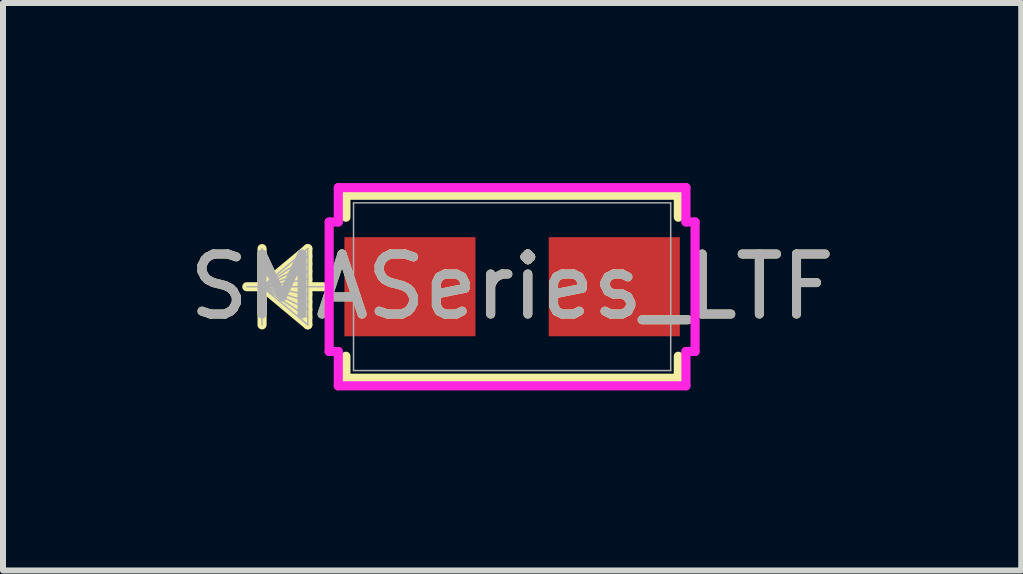
<source format=kicad_pcb>
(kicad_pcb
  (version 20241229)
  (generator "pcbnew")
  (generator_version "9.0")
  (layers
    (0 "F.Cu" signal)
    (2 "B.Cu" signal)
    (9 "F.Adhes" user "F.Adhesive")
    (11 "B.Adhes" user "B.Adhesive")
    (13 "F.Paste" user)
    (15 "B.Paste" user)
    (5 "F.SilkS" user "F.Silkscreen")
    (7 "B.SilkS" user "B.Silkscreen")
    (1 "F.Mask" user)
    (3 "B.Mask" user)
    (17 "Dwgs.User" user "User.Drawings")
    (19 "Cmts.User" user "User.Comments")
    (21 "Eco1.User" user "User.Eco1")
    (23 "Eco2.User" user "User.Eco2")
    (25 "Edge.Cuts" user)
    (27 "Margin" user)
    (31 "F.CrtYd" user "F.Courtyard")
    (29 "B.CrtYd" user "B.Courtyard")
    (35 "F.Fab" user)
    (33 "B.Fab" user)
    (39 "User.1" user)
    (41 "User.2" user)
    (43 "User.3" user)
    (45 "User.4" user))
  (footprint "SMASeries_LTF"
    (layer "F.Cu")
    (at 5.482 1.727)
    (property "Reference" "SMASeries_LTF" (at 0 0 0) (unlocked yes) (layer "F.SilkS") (effects (font (size 1 1) (thickness 0.15))))
    (attr smd)
    (fp_line (start -4.166 -0.635) (end -4.166 0.635) (stroke (width 0.152) (type solid)) (layer "F.SilkS"))
    (fp_line (start -4.166 0) (end -3.404 -0.635) (stroke (width 0.152) (type solid)) (layer "F.SilkS"))
    (fp_line (start -4.166 0) (end -3.404 -0.508) (stroke (width 0.152) (type solid)) (layer "F.SilkS"))
    (fp_line (start -4.166 0) (end -3.404 -0.381) (stroke (width 0.152) (type solid)) (layer "F.SilkS"))
    (fp_line (start -4.166 0) (end -3.404 -0.254) (stroke (width 0.152) (type solid)) (layer "F.SilkS"))
    (fp_line (start -4.166 0) (end -3.404 -0.127) (stroke (width 0.152) (type solid)) (layer "F.SilkS"))
    (fp_line (start -4.166 0) (end -3.404 0.127) (stroke (width 0.152) (type solid)) (layer "F.SilkS"))
    (fp_line (start -4.166 0) (end -3.404 0.254) (stroke (width 0.152) (type solid)) (layer "F.SilkS"))
    (fp_line (start -4.166 0) (end -3.404 0.381) (stroke (width 0.152) (type solid)) (layer "F.SilkS"))
    (fp_line (start -4.166 0) (end -3.404 0.508) (stroke (width 0.152) (type solid)) (layer "F.SilkS"))
    (fp_line (start -4.166 0) (end -3.404 0.635) (stroke (width 0.152) (type solid)) (layer "F.SilkS"))
    (fp_line (start -3.404 -0.635) (end -3.404 0.635) (stroke (width 0.152) (type solid)) (layer "F.SilkS"))
    (fp_line (start -3.15 0) (end -4.42 0) (stroke (width 0.152) (type solid)) (layer "F.SilkS"))
    (fp_line (start -2.769 -1.524) (end -2.769 -1.158) (stroke (width 0.152) (type solid)) (layer "F.SilkS"))
    (fp_line (start -2.769 1.158) (end -2.769 1.524) (stroke (width 0.152) (type solid)) (layer "F.SilkS"))
    (fp_line (start -2.769 1.524) (end 2.769 1.524) (stroke (width 0.152) (type solid)) (layer "F.SilkS"))
    (fp_line (start 2.769 -1.524) (end -2.769 -1.524) (stroke (width 0.152) (type solid)) (layer "F.SilkS"))
    (fp_line (start 2.769 -1.158) (end 2.769 -1.524) (stroke (width 0.152) (type solid)) (layer "F.SilkS"))
    (fp_line (start 2.769 1.524) (end 2.769 1.158) (stroke (width 0.152) (type solid)) (layer "F.SilkS"))
    (fp_line (start -3.048 -1.079) (end -2.896 -1.079) (stroke (width 0.152) (type solid)) (layer "F.CrtYd"))
    (fp_line (start -3.048 1.079) (end -3.048 -1.079) (stroke (width 0.152) (type solid)) (layer "F.CrtYd"))
    (fp_line (start -2.896 -1.651) (end 2.896 -1.651) (stroke (width 0.152) (type solid)) (layer "F.CrtYd"))
    (fp_line (start -2.896 -1.079) (end -2.896 -1.651) (stroke (width 0.152) (type solid)) (layer "F.CrtYd"))
    (fp_line (start -2.896 1.079) (end -3.048 1.079) (stroke (width 0.152) (type solid)) (layer "F.CrtYd"))
    (fp_line (start -2.896 1.651) (end -2.896 1.079) (stroke (width 0.152) (type solid)) (layer "F.CrtYd"))
    (fp_line (start 2.896 -1.651) (end 2.896 -1.079) (stroke (width 0.152) (type solid)) (layer "F.CrtYd"))
    (fp_line (start 2.896 -1.079) (end 3.048 -1.079) (stroke (width 0.152) (type solid)) (layer "F.CrtYd"))
    (fp_line (start 2.896 1.079) (end 2.896 1.651) (stroke (width 0.152) (type solid)) (layer "F.CrtYd"))
    (fp_line (start 2.896 1.651) (end -2.896 1.651) (stroke (width 0.152) (type solid)) (layer "F.CrtYd"))
    (fp_line (start 3.048 -1.079) (end 3.048 1.079) (stroke (width 0.152) (type solid)) (layer "F.CrtYd"))
    (fp_line (start 3.048 1.079) (end 2.896 1.079) (stroke (width 0.152) (type solid)) (layer "F.CrtYd"))
    (fp_line (start -4.166 -0.635) (end -4.166 0.635) (stroke (width 0.025) (type solid)) (layer "F.Fab"))
    (fp_line (start -4.166 0) (end -3.404 -0.635) (stroke (width 0.025) (type solid)) (layer "F.Fab"))
    (fp_line (start -4.166 0) (end -3.404 -0.508) (stroke (width 0.025) (type solid)) (layer "F.Fab"))
    (fp_line (start -4.166 0) (end -3.404 -0.381) (stroke (width 0.025) (type solid)) (layer "F.Fab"))
    (fp_line (start -4.166 0) (end -3.404 -0.254) (stroke (width 0.025) (type solid)) (layer "F.Fab"))
    (fp_line (start -4.166 0) (end -3.404 -0.127) (stroke (width 0.025) (type solid)) (layer "F.Fab"))
    (fp_line (start -4.166 0) (end -3.404 0.127) (stroke (width 0.025) (type solid)) (layer "F.Fab"))
    (fp_line (start -4.166 0) (end -3.404 0.254) (stroke (width 0.025) (type solid)) (layer "F.Fab"))
    (fp_line (start -4.166 0) (end -3.404 0.381) (stroke (width 0.025) (type solid)) (layer "F.Fab"))
    (fp_line (start -4.166 0) (end -3.404 0.508) (stroke (width 0.025) (type solid)) (layer "F.Fab"))
    (fp_line (start -4.166 0) (end -3.404 0.635) (stroke (width 0.025) (type solid)) (layer "F.Fab"))
    (fp_line (start -3.404 -0.635) (end -3.404 0.635) (stroke (width 0.025) (type solid)) (layer "F.Fab"))
    (fp_line (start -3.15 0) (end -4.42 0) (stroke (width 0.025) (type solid)) (layer "F.Fab"))
    (fp_line (start -2.642 -1.397) (end -2.642 1.397) (stroke (width 0.025) (type solid)) (layer "F.Fab"))
    (fp_line (start -2.642 1.397) (end 2.642 1.397) (stroke (width 0.025) (type solid)) (layer "F.Fab"))
    (fp_line (start 2.642 -1.397) (end -2.642 -1.397) (stroke (width 0.025) (type solid)) (layer "F.Fab"))
    (fp_line (start 2.642 1.397) (end 2.642 -1.397) (stroke (width 0.025) (type solid)) (layer "F.Fab"))
    (fp_text user "${REFERENCE}" (at 0 0 0) (unlocked yes) (layer "F.Fab") (effects (font (size 1 1) (thickness 0.15))))
    (pad "1" smd rect (at -1.702 0 90) (size 1.651 2.184) (layers "F.Cu" "F.Mask" "F.Paste"))
    (pad "2" smd rect (at 1.702 0 90) (size 1.651 2.184) (layers "F.Cu" "F.Mask" "F.Paste"))
    (zone (net_name "") (layer "F.Cu") (hatch full 0.508) (connect_pads) (min_thickness 0.254) (filled_areas_thickness no) (keepout (tracks not_allowed) (vias not_allowed) (pads allowed) (copperpour not_allowed) (footprints allowed)) (placement (enabled no)) (fill) (polygon (pts (xy 2.891 0.381) (xy 8.073 0.381) (xy 8.073 0.851) (xy 2.891 0.851))))
    (zone (net_name "") (layer "F.Cu") (hatch full 0.508) (connect_pads) (min_thickness 0.254) (filled_areas_thickness no) (keepout (tracks not_allowed) (vias not_allowed) (pads allowed) (copperpour not_allowed) (footprints allowed)) (placement (enabled no)) (fill) (polygon (pts (xy 2.891 2.603) (xy 8.073 2.603) (xy 8.073 3.073) (xy 2.891 3.073))))
    (zone (net_name "") (layer "F.Cu") (hatch full 0.508) (connect_pads) (min_thickness 0.254) (filled_areas_thickness no) (keepout (tracks not_allowed) (vias not_allowed) (pads allowed) (copperpour not_allowed) (footprints allowed)) (placement (enabled no)) (fill) (polygon (pts (xy 4.923 0.851) (xy 6.041 0.851) (xy 6.041 2.603) (xy 4.923 2.603)))))
  (gr_rect
    (start -3 -3)
    (end 13.964 6.454)
    (stroke (width 0.1) (type default))
    (fill no)
    (layer "Edge.Cuts")))
</source>
